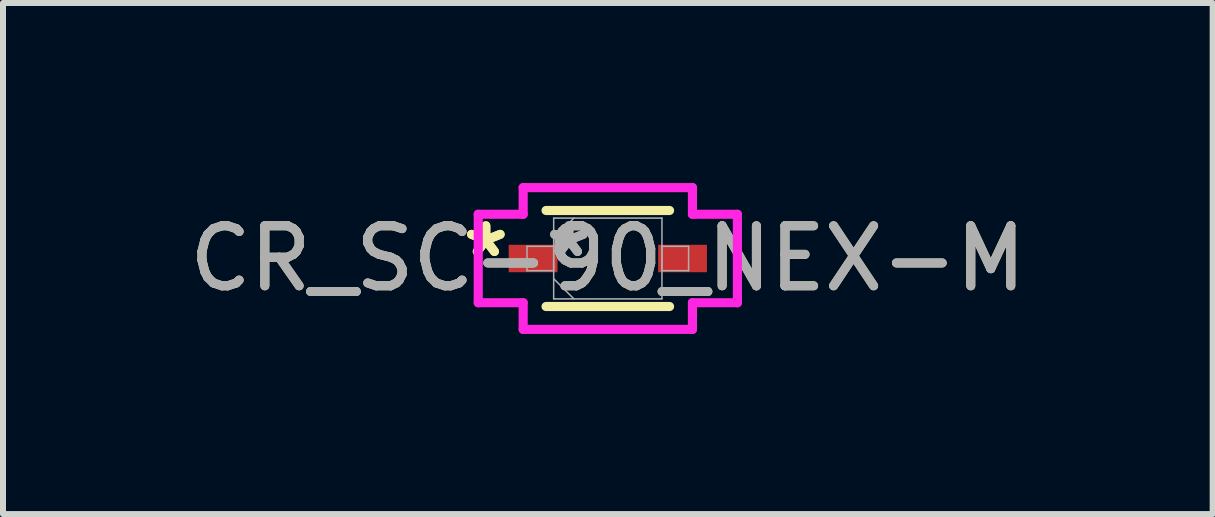
<source format=kicad_pcb>
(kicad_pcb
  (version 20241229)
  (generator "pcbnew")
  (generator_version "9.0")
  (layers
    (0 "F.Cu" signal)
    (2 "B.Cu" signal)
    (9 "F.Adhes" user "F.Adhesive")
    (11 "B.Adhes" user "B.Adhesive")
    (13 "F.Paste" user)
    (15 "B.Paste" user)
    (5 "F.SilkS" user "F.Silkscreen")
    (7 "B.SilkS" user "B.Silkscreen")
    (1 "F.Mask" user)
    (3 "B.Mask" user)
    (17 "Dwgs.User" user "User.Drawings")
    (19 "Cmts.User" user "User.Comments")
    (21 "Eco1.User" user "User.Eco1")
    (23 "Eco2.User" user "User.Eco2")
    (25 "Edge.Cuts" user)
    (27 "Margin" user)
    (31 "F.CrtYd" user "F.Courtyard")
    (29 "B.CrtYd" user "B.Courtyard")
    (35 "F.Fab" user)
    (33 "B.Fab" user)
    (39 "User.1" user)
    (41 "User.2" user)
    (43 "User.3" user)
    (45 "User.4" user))
  (footprint "CR_SC-90_NEX-M"
    (layer "F.Cu")
    (at 7.077 1.257)
    (property "Reference" "CR_SC-90_NEX-M" (at 0 0 0) (unlocked yes) (layer "F.SilkS") (effects (font (size 1 1) (thickness 0.15))))
    (attr smd)
    (fp_line (start -1.029 0.8) (end 1.029 0.8) (stroke (width 0.152) (type solid)) (layer "F.SilkS"))
    (fp_line (start 1.029 -0.8) (end -1.029 -0.8) (stroke (width 0.152) (type solid)) (layer "F.SilkS"))
    (fp_line (start -2.159 -0.737) (end -1.41 -0.737) (stroke (width 0.152) (type solid)) (layer "F.CrtYd"))
    (fp_line (start -2.159 0.737) (end -2.159 -0.737) (stroke (width 0.152) (type solid)) (layer "F.CrtYd"))
    (fp_line (start -1.41 -1.181) (end 1.41 -1.181) (stroke (width 0.152) (type solid)) (layer "F.CrtYd"))
    (fp_line (start -1.41 -0.737) (end -1.41 -1.181) (stroke (width 0.152) (type solid)) (layer "F.CrtYd"))
    (fp_line (start -1.41 0.737) (end -2.159 0.737) (stroke (width 0.152) (type solid)) (layer "F.CrtYd"))
    (fp_line (start -1.41 1.181) (end -1.41 0.737) (stroke (width 0.152) (type solid)) (layer "F.CrtYd"))
    (fp_line (start 1.41 -1.181) (end 1.41 -0.737) (stroke (width 0.152) (type solid)) (layer "F.CrtYd"))
    (fp_line (start 1.41 -0.737) (end 2.159 -0.737) (stroke (width 0.152) (type solid)) (layer "F.CrtYd"))
    (fp_line (start 1.41 0.737) (end 1.41 1.181) (stroke (width 0.152) (type solid)) (layer "F.CrtYd"))
    (fp_line (start 1.41 1.181) (end -1.41 1.181) (stroke (width 0.152) (type solid)) (layer "F.CrtYd"))
    (fp_line (start 2.159 -0.737) (end 2.159 0.737) (stroke (width 0.152) (type solid)) (layer "F.CrtYd"))
    (fp_line (start 2.159 0.737) (end 1.41 0.737) (stroke (width 0.152) (type solid)) (layer "F.CrtYd"))
    (fp_line (start -1.346 -0.203) (end -1.346 0.203) (stroke (width 0.025) (type solid)) (layer "F.Fab"))
    (fp_line (start -1.346 0.203) (end -0.902 0.203) (stroke (width 0.025) (type solid)) (layer "F.Fab"))
    (fp_line (start -0.902 -0.673) (end -0.902 0.673) (stroke (width 0.025) (type solid)) (layer "F.Fab"))
    (fp_line (start -0.902 -0.337) (end -0.565 -0.673) (stroke (width 0.025) (type solid)) (layer "F.Fab"))
    (fp_line (start -0.902 -0.203) (end -1.346 -0.203) (stroke (width 0.025) (type solid)) (layer "F.Fab"))
    (fp_line (start -0.902 0.203) (end -0.902 -0.203) (stroke (width 0.025) (type solid)) (layer "F.Fab"))
    (fp_line (start -0.902 0.337) (end -0.565 0.673) (stroke (width 0.025) (type solid)) (layer "F.Fab"))
    (fp_line (start -0.902 0.673) (end 0.902 0.673) (stroke (width 0.025) (type solid)) (layer "F.Fab"))
    (fp_line (start 0.902 -0.673) (end -0.902 -0.673) (stroke (width 0.025) (type solid)) (layer "F.Fab"))
    (fp_line (start 0.902 -0.203) (end 0.902 0.203) (stroke (width 0.025) (type solid)) (layer "F.Fab"))
    (fp_line (start 0.902 0.203) (end 1.346 0.203) (stroke (width 0.025) (type solid)) (layer "F.Fab"))
    (fp_line (start 0.902 0.673) (end 0.902 -0.673) (stroke (width 0.025) (type solid)) (layer "F.Fab"))
    (fp_line (start 1.346 -0.203) (end 0.902 -0.203) (stroke (width 0.025) (type solid)) (layer "F.Fab"))
    (fp_line (start 1.346 0.203) (end 1.346 -0.203) (stroke (width 0.025) (type solid)) (layer "F.Fab"))
    (fp_text user "*" (at -2.032 0 0) (unlocked yes) (layer "F.SilkS") (effects (font (size 1 1) (thickness 0.15))))
    (fp_text user "*" (at -2.032 0 0) (layer "F.SilkS") (effects (font (size 1 1) (thickness 0.15))))
    (fp_text user "*" (at -0.648 0 0) (layer "F.Fab") (effects (font (size 1 1) (thickness 0.15))))
    (fp_text user "${REFERENCE}" (at 0 0 0) (unlocked yes) (layer "F.Fab") (effects (font (size 1 1) (thickness 0.15))))
    (fp_text user "*" (at -0.648 0 0) (unlocked yes) (layer "F.Fab") (effects (font (size 1 1) (thickness 0.15))))
    (pad "1" smd rect (at -1.245 0) (size 0.813 0.457) (layers "F.Cu" "F.Mask" "F.Paste"))
    (pad "2" smd rect (at 1.245 0) (size 0.813 0.457) (layers "F.Cu" "F.Mask" "F.Paste"))
    (zone (net_name "") (layer "F.Cu") (hatch full 0.508) (connect_pads) (min_thickness 0.254) (filled_areas_thickness no) (keepout (tracks not_allowed) (vias not_allowed) (pads allowed) (copperpour not_allowed) (footprints allowed)) (placement (enabled no)) (fill) (polygon (pts (xy 6.29 0.635) (xy 7.865 0.635) (xy 7.865 1.88) (xy 6.29 1.88)))))
  (gr_rect
    (start -3 -3)
    (end 17.155 5.515)
    (stroke (width 0.1) (type default))
    (fill no)
    (layer "Edge.Cuts")))
</source>
